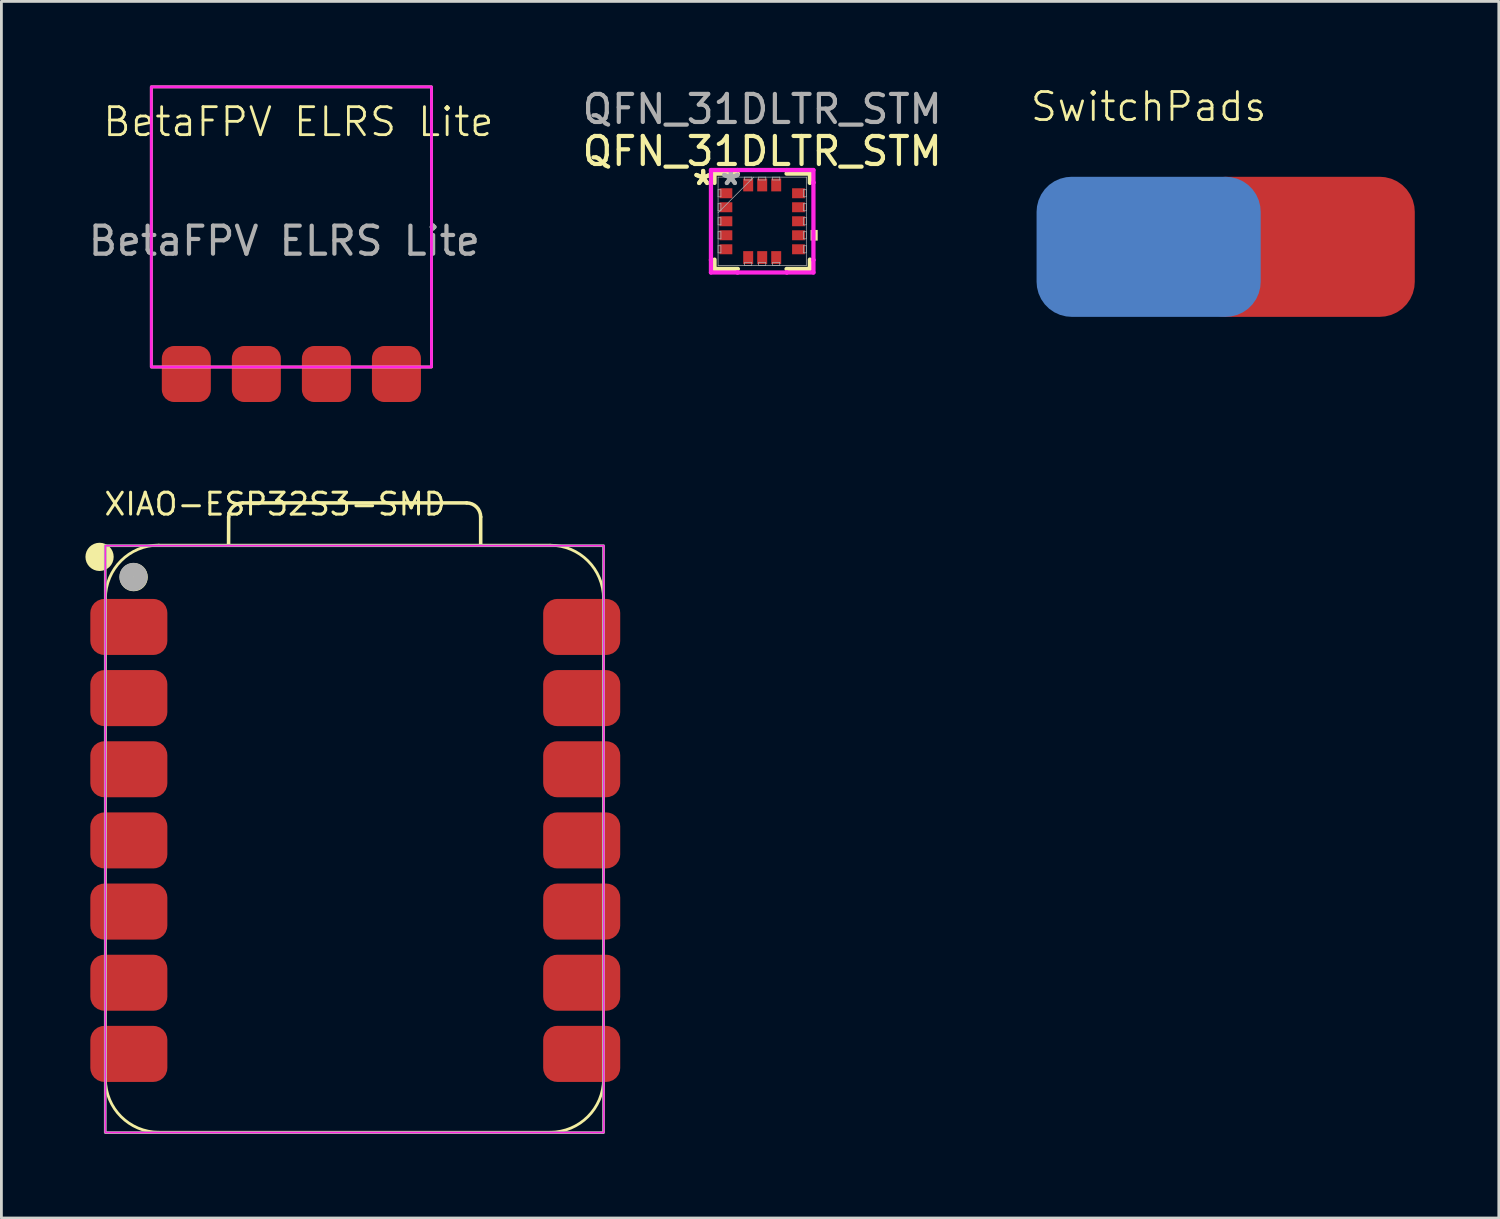
<source format=kicad_pcb>
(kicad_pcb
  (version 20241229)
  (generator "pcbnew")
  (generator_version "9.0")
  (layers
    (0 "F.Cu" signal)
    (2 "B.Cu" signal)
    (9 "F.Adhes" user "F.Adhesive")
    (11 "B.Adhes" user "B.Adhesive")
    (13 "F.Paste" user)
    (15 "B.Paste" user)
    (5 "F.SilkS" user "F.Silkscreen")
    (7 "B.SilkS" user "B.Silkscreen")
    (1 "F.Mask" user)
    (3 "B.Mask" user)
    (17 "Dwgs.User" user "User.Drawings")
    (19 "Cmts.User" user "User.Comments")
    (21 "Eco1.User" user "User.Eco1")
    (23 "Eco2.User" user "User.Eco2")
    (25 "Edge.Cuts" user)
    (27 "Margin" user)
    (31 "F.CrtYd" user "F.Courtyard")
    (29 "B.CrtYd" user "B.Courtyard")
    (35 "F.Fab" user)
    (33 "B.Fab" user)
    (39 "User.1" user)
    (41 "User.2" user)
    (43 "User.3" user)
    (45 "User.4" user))
  (footprint "XIAO-ESP32S3-SMD"
    (layer "F.Cu")
    (at 9.61 26.902)
    (property "Reference" "XIAO-ESP32S3-SMD" (at -9 -11.5 0) (layer "F.SilkS") (effects (font (size 0.782 0.782) (thickness 0.107)) (justify left bottom)))
    (fp_line (start -8.896 8.56) (end -8.896 -8.585) (stroke (width 0.1) (type solid)) (layer "F.SilkS"))
    (fp_line (start -6.991 10.465) (end 6.979 10.465) (stroke (width 0.1) (type solid)) (layer "F.SilkS"))
    (fp_line (start -4.501 -10.49) (end -4.498 -11.5) (stroke (width 0.127) (type solid)) (layer "F.SilkS"))
    (fp_line (start -3.998 -12) (end 3.998 -12) (stroke (width 0.127) (type solid)) (layer "F.SilkS"))
    (fp_line (start 4.498 -11.5) (end 4.498 -10.49) (stroke (width 0.127) (type solid)) (layer "F.SilkS"))
    (fp_line (start 6.979 -10.49) (end -6.991 -10.49) (stroke (width 0.1) (type solid)) (layer "F.SilkS"))
    (fp_line (start 8.884 8.56) (end 8.884 -8.585) (stroke (width 0.1) (type solid)) (layer "F.SilkS"))
    (fp_arc (start -8.896364 -8.589) (mid -8.338402 -9.936038) (end -6.991364 -10.494) (stroke (width 0.1) (type solid)) (layer "F.SilkS"))
    (fp_arc (start -6.991364 10.465) (mid -8.338402 9.907038) (end -8.896364 8.56) (stroke (width 0.1) (type solid)) (layer "F.SilkS"))
    (fp_arc (start -4.497636 -11.500272) (mid -4.351088 -11.853644) (end -3.997636 -12) (stroke (width 0.127) (type default)) (layer "F.SilkS"))
    (fp_arc (start 3.997636 -12) (mid 4.351189 -11.853553) (end 4.497636 -11.5) (stroke (width 0.127) (type default)) (layer "F.SilkS"))
    (fp_arc (start 6.978636 -10.49) (mid 8.325674 -9.932038) (end 8.883636 -8.585) (stroke (width 0.1) (type solid)) (layer "F.SilkS"))
    (fp_arc (start 8.883636 8.56) (mid 8.325674 9.907038) (end 6.978636 10.465) (stroke (width 0.1) (type solid)) (layer "F.SilkS"))
    (fp_circle (center -9.106 -10.074) (end -9.106 -10.328) (stroke (width 0.5) (type solid)) (fill yes) (layer "F.SilkS"))
    (fp_circle (center -7.889 -9.351) (end -7.889 -9.605) (stroke (width 0.5) (type solid)) (fill yes) (layer "F.SilkS"))
    (fp_rect (start -8.899 -10.475) (end 8.891 10.473) (stroke (width 0.05) (type default)) (fill no) (layer "F.CrtYd"))
    (fp_rect (start -8.901 -10.475) (end 8.883 10.476) (stroke (width 0.1) (type default)) (fill no) (layer "F.Fab"))
    (fp_circle (center -7.897 -9.358) (end -7.897 -9.612) (stroke (width 0.5) (type solid)) (fill no) (layer "F.Fab"))
    (pad "1" smd roundrect (at -8.061 -7.573) (size 2.75 2) (layers "F.Cu" "F.Mask" "F.Paste") (roundrect_rratio 0.25))
    (pad "2" smd roundrect (at -8.061 -5.033) (size 2.75 2) (layers "F.Cu" "F.Mask" "F.Paste") (roundrect_rratio 0.25))
    (pad "3" smd roundrect (at -8.061 -2.493) (size 2.75 2) (layers "F.Cu" "F.Mask" "F.Paste") (roundrect_rratio 0.25))
    (pad "4" smd roundrect (at -8.061 0.047) (size 2.75 2) (layers "F.Cu" "F.Mask" "F.Paste") (roundrect_rratio 0.25))
    (pad "5" smd roundrect (at -8.061 2.587) (size 2.75 2) (layers "F.Cu" "F.Mask" "F.Paste") (roundrect_rratio 0.25))
    (pad "6" smd roundrect (at -8.061 5.127) (size 2.75 2) (layers "F.Cu" "F.Mask" "F.Paste") (roundrect_rratio 0.25))
    (pad "7" smd roundrect (at -8.061 7.667) (size 2.75 2) (layers "F.Cu" "F.Mask" "F.Paste") (roundrect_rratio 0.25))
    (pad "8" smd roundrect (at 8.104 7.667) (size 2.75 2) (layers "F.Cu" "F.Mask" "F.Paste") (roundrect_rratio 0.25))
    (pad "9" smd roundrect (at 8.104 5.127) (size 2.75 2) (layers "F.Cu" "F.Mask" "F.Paste") (roundrect_rratio 0.25))
    (pad "10" smd roundrect (at 8.104 2.587) (size 2.75 2) (layers "F.Cu" "F.Mask" "F.Paste") (roundrect_rratio 0.25))
    (pad "11" smd roundrect (at 8.104 0.047) (size 2.75 2) (layers "F.Cu" "F.Mask" "F.Paste") (roundrect_rratio 0.25))
    (pad "12" smd roundrect (at 8.104 -2.493) (size 2.75 2) (layers "F.Cu" "F.Mask" "F.Paste") (roundrect_rratio 0.25))
    (pad "13" smd roundrect (at 8.104 -5.033) (size 2.75 2) (layers "F.Cu" "F.Mask" "F.Paste") (roundrect_rratio 0.25))
    (pad "14" smd roundrect (at 8.104 -7.573) (size 2.75 2) (layers "F.Cu" "F.Mask" "F.Paste") (roundrect_rratio 0.25)))
  (footprint "BetaFPV ELRS Lite"
    (layer "F.Cu")
    (at 6.101 4.3)
    (property "Reference" "BetaFPV ELRS Lite" (at 1.5 -3 0) (unlocked yes) (layer "F.SilkS") (effects (font (size 1 1) (thickness 0.1))))
    (attr smd)
    (fp_rect (start -3.75 -4.25) (end 6.25 5.75) (stroke (width 0.1) (type default)) (fill no) (layer "F.SilkS"))
    (fp_rect (start -3.75 -4.25) (end 6.25 5.75) (stroke (width 0.1) (type default)) (fill no) (layer "F.CrtYd"))
    (fp_text user "${REFERENCE}" (at 1 1.25 0) (unlocked yes) (layer "F.Fab") (effects (font (size 1 1) (thickness 0.15))))
    (pad "1" smd roundrect (at -2.5 6) (size 1.75 2) (layers "F.Cu" "F.Mask" "F.Paste") (roundrect_rratio 0.25))
    (pad "2" smd roundrect (at 0 6) (size 1.75 2) (layers "F.Cu" "F.Mask" "F.Paste") (roundrect_rratio 0.25))
    (pad "3" smd roundrect (at 2.5 6) (size 1.75 2) (layers "F.Cu" "F.Mask" "F.Paste") (roundrect_rratio 0.25))
    (pad "4" smd roundrect (at 5 6) (size 1.75 2) (layers "F.Cu" "F.Mask" "F.Paste") (roundrect_rratio 0.25))
    (zone (net_name "") (layers "F.Cu" "F.SilkS") (hatch edge 0.5) (connect_pads) (min_thickness 0.25) (filled_areas_thickness no) (keepout (tracks allowed) (vias allowed) (pads allowed) (copperpour allowed) (footprints not_allowed)) (placement (enabled no)) (fill) (polygon (pts (xy 12.351 0.05) (xy 2.351 0.05) (xy 2.351 10.05) (xy 12.351 10.05)))))
  (footprint "SwitchPads"
    (layer "F.Cu")
    (at 37.951 1.26)
    (property "Reference" "SwitchPads" (at 0 -0.5 0) (unlocked yes) (layer "F.SilkS") (effects (font (size 1 1) (thickness 0.1))))
    (attr smd)
    (pad "1" smd roundrect (at 5.5 4.5) (size 8 5) (layers "F.Cu" "F.Mask" "F.Paste") (roundrect_rratio 0.25))
    (pad "2" smd roundrect (at 0 4.5) (size 8 5) (layers "B.Cu" "B.Mask" "B.Paste") (roundrect_rratio 0.25)))
  (footprint "QFN_31DLTR_STM"
    (layer "F.Cu")
    (at 24.157 4.848)
    (property "Reference" "QFN_31DLTR_STM" (at 0 -2.5 0) (unlocked yes) (layer "F.SilkS") (effects (font (size 1 1) (thickness 0.15))))
    (attr smd)
    (fp_line (start -1.702 -1.702) (end -1.702 -1.369) (stroke (width 0.152) (type solid)) (layer "F.SilkS"))
    (fp_line (start -1.702 1.369) (end -1.702 1.702) (stroke (width 0.152) (type solid)) (layer "F.SilkS"))
    (fp_line (start -1.702 1.702) (end -0.869 1.702) (stroke (width 0.152) (type solid)) (layer "F.SilkS"))
    (fp_line (start -0.869 -1.702) (end -1.702 -1.702) (stroke (width 0.152) (type solid)) (layer "F.SilkS"))
    (fp_line (start 0.869 1.702) (end 1.702 1.702) (stroke (width 0.152) (type solid)) (layer "F.SilkS"))
    (fp_line (start 1.702 -1.702) (end 0.869 -1.702) (stroke (width 0.152) (type solid)) (layer "F.SilkS"))
    (fp_line (start 1.702 -1.369) (end 1.702 -1.702) (stroke (width 0.152) (type solid)) (layer "F.SilkS"))
    (fp_line (start 1.702 1.702) (end 1.702 1.369) (stroke (width 0.152) (type solid)) (layer "F.SilkS"))
    (fp_poly (pts (xy 1.981 0.31) (xy 1.981 0.691) (xy 1.727 0.691) (xy 1.727 0.31)) (stroke (width 0) (type solid)) (fill yes) (layer "F.SilkS"))
    (fp_line (start -1.829 -1.829) (end -0.881 -1.829) (stroke (width 0.152) (type solid)) (layer "F.CrtYd"))
    (fp_line (start -1.829 -1.381) (end -1.829 -1.829) (stroke (width 0.152) (type solid)) (layer "F.CrtYd"))
    (fp_line (start -1.829 -1.381) (end -1.829 -1.381) (stroke (width 0.152) (type solid)) (layer "F.CrtYd"))
    (fp_line (start -1.829 1.381) (end -1.829 -1.381) (stroke (width 0.152) (type solid)) (layer "F.CrtYd"))
    (fp_line (start -1.829 1.381) (end -1.829 1.381) (stroke (width 0.152) (type solid)) (layer "F.CrtYd"))
    (fp_line (start -1.829 1.829) (end -1.829 1.381) (stroke (width 0.152) (type solid)) (layer "F.CrtYd"))
    (fp_line (start -0.881 -1.829) (end -0.881 -1.829) (stroke (width 0.152) (type solid)) (layer "F.CrtYd"))
    (fp_line (start -0.881 -1.829) (end 0.881 -1.829) (stroke (width 0.152) (type solid)) (layer "F.CrtYd"))
    (fp_line (start -0.881 1.829) (end -1.829 1.829) (stroke (width 0.152) (type solid)) (layer "F.CrtYd"))
    (fp_line (start -0.881 1.829) (end -0.881 1.829) (stroke (width 0.152) (type solid)) (layer "F.CrtYd"))
    (fp_line (start 0.881 -1.829) (end 0.881 -1.829) (stroke (width 0.152) (type solid)) (layer "F.CrtYd"))
    (fp_line (start 0.881 -1.829) (end 1.829 -1.829) (stroke (width 0.152) (type solid)) (layer "F.CrtYd"))
    (fp_line (start 0.881 1.829) (end -0.881 1.829) (stroke (width 0.152) (type solid)) (layer "F.CrtYd"))
    (fp_line (start 0.881 1.829) (end 0.881 1.829) (stroke (width 0.152) (type solid)) (layer "F.CrtYd"))
    (fp_line (start 1.829 -1.829) (end 1.829 -1.381) (stroke (width 0.152) (type solid)) (layer "F.CrtYd"))
    (fp_line (start 1.829 -1.381) (end 1.829 -1.381) (stroke (width 0.152) (type solid)) (layer "F.CrtYd"))
    (fp_line (start 1.829 -1.381) (end 1.829 1.381) (stroke (width 0.152) (type solid)) (layer "F.CrtYd"))
    (fp_line (start 1.829 1.381) (end 1.829 1.381) (stroke (width 0.152) (type solid)) (layer "F.CrtYd"))
    (fp_line (start 1.829 1.381) (end 1.829 1.829) (stroke (width 0.152) (type solid)) (layer "F.CrtYd"))
    (fp_line (start 1.829 1.829) (end 0.881 1.829) (stroke (width 0.152) (type solid)) (layer "F.CrtYd"))
    (fp_line (start -1.575 -1.575) (end -1.575 -1.575) (stroke (width 0.025) (type solid)) (layer "F.Fab"))
    (fp_line (start -1.575 -1.575) (end -1.575 1.575) (stroke (width 0.025) (type solid)) (layer "F.Fab"))
    (fp_line (start -1.575 -1.127) (end -1.473 -1.127) (stroke (width 0.025) (type solid)) (layer "F.Fab"))
    (fp_line (start -1.575 -0.873) (end -1.575 -1.127) (stroke (width 0.025) (type solid)) (layer "F.Fab"))
    (fp_line (start -1.575 -0.627) (end -1.473 -0.627) (stroke (width 0.025) (type solid)) (layer "F.Fab"))
    (fp_line (start -1.575 -0.373) (end -1.575 -0.627) (stroke (width 0.025) (type solid)) (layer "F.Fab"))
    (fp_line (start -1.575 -0.305) (end -0.305 -1.575) (stroke (width 0.025) (type solid)) (layer "F.Fab"))
    (fp_line (start -1.575 -0.127) (end -1.473 -0.127) (stroke (width 0.025) (type solid)) (layer "F.Fab"))
    (fp_line (start -1.575 0.127) (end -1.575 -0.127) (stroke (width 0.025) (type solid)) (layer "F.Fab"))
    (fp_line (start -1.575 0.373) (end -1.473 0.373) (stroke (width 0.025) (type solid)) (layer "F.Fab"))
    (fp_line (start -1.575 0.627) (end -1.575 0.373) (stroke (width 0.025) (type solid)) (layer "F.Fab"))
    (fp_line (start -1.575 0.873) (end -1.473 0.873) (stroke (width 0.025) (type solid)) (layer "F.Fab"))
    (fp_line (start -1.575 1.127) (end -1.575 0.873) (stroke (width 0.025) (type solid)) (layer "F.Fab"))
    (fp_line (start -1.575 1.575) (end -1.575 1.575) (stroke (width 0.025) (type solid)) (layer "F.Fab"))
    (fp_line (start -1.575 1.575) (end 1.575 1.575) (stroke (width 0.025) (type solid)) (layer "F.Fab"))
    (fp_line (start -1.473 -1.127) (end -1.473 -0.873) (stroke (width 0.025) (type solid)) (layer "F.Fab"))
    (fp_line (start -1.473 -0.873) (end -1.575 -0.873) (stroke (width 0.025) (type solid)) (layer "F.Fab"))
    (fp_line (start -1.473 -0.627) (end -1.473 -0.373) (stroke (width 0.025) (type solid)) (layer "F.Fab"))
    (fp_line (start -1.473 -0.373) (end -1.575 -0.373) (stroke (width 0.025) (type solid)) (layer "F.Fab"))
    (fp_line (start -1.473 -0.127) (end -1.473 0.127) (stroke (width 0.025) (type solid)) (layer "F.Fab"))
    (fp_line (start -1.473 0.127) (end -1.575 0.127) (stroke (width 0.025) (type solid)) (layer "F.Fab"))
    (fp_line (start -1.473 0.373) (end -1.473 0.627) (stroke (width 0.025) (type solid)) (layer "F.Fab"))
    (fp_line (start -1.473 0.627) (end -1.575 0.627) (stroke (width 0.025) (type solid)) (layer "F.Fab"))
    (fp_line (start -1.473 0.873) (end -1.473 1.127) (stroke (width 0.025) (type solid)) (layer "F.Fab"))
    (fp_line (start -1.473 1.127) (end -1.575 1.127) (stroke (width 0.025) (type solid)) (layer "F.Fab"))
    (fp_line (start -0.627 -1.575) (end -0.373 -1.575) (stroke (width 0.025) (type solid)) (layer "F.Fab"))
    (fp_line (start -0.627 -1.473) (end -0.627 -1.575) (stroke (width 0.025) (type solid)) (layer "F.Fab"))
    (fp_line (start -0.627 1.473) (end -0.373 1.473) (stroke (width 0.025) (type solid)) (layer "F.Fab"))
    (fp_line (start -0.627 1.575) (end -0.627 1.473) (stroke (width 0.025) (type solid)) (layer "F.Fab"))
    (fp_line (start -0.373 -1.575) (end -0.373 -1.473) (stroke (width 0.025) (type solid)) (layer "F.Fab"))
    (fp_line (start -0.373 -1.473) (end -0.627 -1.473) (stroke (width 0.025) (type solid)) (layer "F.Fab"))
    (fp_line (start -0.373 1.473) (end -0.373 1.575) (stroke (width 0.025) (type solid)) (layer "F.Fab"))
    (fp_line (start -0.373 1.575) (end -0.627 1.575) (stroke (width 0.025) (type solid)) (layer "F.Fab"))
    (fp_line (start -0.127 -1.575) (end 0.127 -1.575) (stroke (width 0.025) (type solid)) (layer "F.Fab"))
    (fp_line (start -0.127 -1.473) (end -0.127 -1.575) (stroke (width 0.025) (type solid)) (layer "F.Fab"))
    (fp_line (start -0.127 1.473) (end 0.127 1.473) (stroke (width 0.025) (type solid)) (layer "F.Fab"))
    (fp_line (start -0.127 1.575) (end -0.127 1.473) (stroke (width 0.025) (type solid)) (layer "F.Fab"))
    (fp_line (start 0.127 -1.575) (end 0.127 -1.473) (stroke (width 0.025) (type solid)) (layer "F.Fab"))
    (fp_line (start 0.127 -1.473) (end -0.127 -1.473) (stroke (width 0.025) (type solid)) (layer "F.Fab"))
    (fp_line (start 0.127 1.473) (end 0.127 1.575) (stroke (width 0.025) (type solid)) (layer "F.Fab"))
    (fp_line (start 0.127 1.575) (end -0.127 1.575) (stroke (width 0.025) (type solid)) (layer "F.Fab"))
    (fp_line (start 0.373 -1.575) (end 0.627 -1.575) (stroke (width 0.025) (type solid)) (layer "F.Fab"))
    (fp_line (start 0.373 -1.473) (end 0.373 -1.575) (stroke (width 0.025) (type solid)) (layer "F.Fab"))
    (fp_line (start 0.373 1.473) (end 0.627 1.473) (stroke (width 0.025) (type solid)) (layer "F.Fab"))
    (fp_line (start 0.373 1.575) (end 0.373 1.473) (stroke (width 0.025) (type solid)) (layer "F.Fab"))
    (fp_line (start 0.627 -1.575) (end 0.627 -1.473) (stroke (width 0.025) (type solid)) (layer "F.Fab"))
    (fp_line (start 0.627 -1.473) (end 0.373 -1.473) (stroke (width 0.025) (type solid)) (layer "F.Fab"))
    (fp_line (start 0.627 1.473) (end 0.627 1.575) (stroke (width 0.025) (type solid)) (layer "F.Fab"))
    (fp_line (start 0.627 1.575) (end 0.373 1.575) (stroke (width 0.025) (type solid)) (layer "F.Fab"))
    (fp_line (start 1.473 -1.127) (end 1.575 -1.127) (stroke (width 0.025) (type solid)) (layer "F.Fab"))
    (fp_line (start 1.473 -0.873) (end 1.473 -1.127) (stroke (width 0.025) (type solid)) (layer "F.Fab"))
    (fp_line (start 1.473 -0.627) (end 1.575 -0.627) (stroke (width 0.025) (type solid)) (layer "F.Fab"))
    (fp_line (start 1.473 -0.373) (end 1.473 -0.627) (stroke (width 0.025) (type solid)) (layer "F.Fab"))
    (fp_line (start 1.473 -0.127) (end 1.575 -0.127) (stroke (width 0.025) (type solid)) (layer "F.Fab"))
    (fp_line (start 1.473 0.127) (end 1.473 -0.127) (stroke (width 0.025) (type solid)) (layer "F.Fab"))
    (fp_line (start 1.473 0.373) (end 1.575 0.373) (stroke (width 0.025) (type solid)) (layer "F.Fab"))
    (fp_line (start 1.473 0.627) (end 1.473 0.373) (stroke (width 0.025) (type solid)) (layer "F.Fab"))
    (fp_line (start 1.473 0.873) (end 1.575 0.873) (stroke (width 0.025) (type solid)) (layer "F.Fab"))
    (fp_line (start 1.473 1.127) (end 1.473 0.873) (stroke (width 0.025) (type solid)) (layer "F.Fab"))
    (fp_line (start 1.575 -1.575) (end -1.575 -1.575) (stroke (width 0.025) (type solid)) (layer "F.Fab"))
    (fp_line (start 1.575 -1.575) (end 1.575 -1.575) (stroke (width 0.025) (type solid)) (layer "F.Fab"))
    (fp_line (start 1.575 -1.127) (end 1.575 -0.873) (stroke (width 0.025) (type solid)) (layer "F.Fab"))
    (fp_line (start 1.575 -0.873) (end 1.473 -0.873) (stroke (width 0.025) (type solid)) (layer "F.Fab"))
    (fp_line (start 1.575 -0.627) (end 1.575 -0.373) (stroke (width 0.025) (type solid)) (layer "F.Fab"))
    (fp_line (start 1.575 -0.373) (end 1.473 -0.373) (stroke (width 0.025) (type solid)) (layer "F.Fab"))
    (fp_line (start 1.575 -0.127) (end 1.575 0.127) (stroke (width 0.025) (type solid)) (layer "F.Fab"))
    (fp_line (start 1.575 0.127) (end 1.473 0.127) (stroke (width 0.025) (type solid)) (layer "F.Fab"))
    (fp_line (start 1.575 0.373) (end 1.575 0.627) (stroke (width 0.025) (type solid)) (layer "F.Fab"))
    (fp_line (start 1.575 0.627) (end 1.473 0.627) (stroke (width 0.025) (type solid)) (layer "F.Fab"))
    (fp_line (start 1.575 0.873) (end 1.575 1.127) (stroke (width 0.025) (type solid)) (layer "F.Fab"))
    (fp_line (start 1.575 1.127) (end 1.473 1.127) (stroke (width 0.025) (type solid)) (layer "F.Fab"))
    (fp_line (start 1.575 1.575) (end 1.575 -1.575) (stroke (width 0.025) (type solid)) (layer "F.Fab"))
    (fp_line (start 1.575 1.575) (end 1.575 1.575) (stroke (width 0.025) (type solid)) (layer "F.Fab"))
    (fp_text user "*" (at -2.108 -1.25 0) (layer "F.SilkS") (effects (font (size 1 1) (thickness 0.15))))
    (fp_text user "*" (at -2.108 -1.25 0) (unlocked yes) (layer "F.SilkS") (effects (font (size 1 1) (thickness 0.15))))
    (fp_text user "*" (at -1.118 -1.25 0) (layer "F.Fab") (effects (font (size 1 1) (thickness 0.15))))
    (fp_text user "*" (at -1.118 -1.25 0) (unlocked yes) (layer "F.Fab") (effects (font (size 1 1) (thickness 0.15))))
    (fp_text user "${REFERENCE}" (at 0 -4 0) (unlocked yes) (layer "F.Fab") (effects (font (size 1 1) (thickness 0.15))))
    (pad "1" smd rect (at -1.295 -1 90) (size 0.356 0.457) (layers "F.Cu" "F.Mask" "F.Paste"))
    (pad "2" smd rect (at -1.295 -0.5 90) (size 0.356 0.457) (layers "F.Cu" "F.Mask" "F.Paste"))
    (pad "3" smd rect (at -1.295 0 90) (size 0.356 0.457) (layers "F.Cu" "F.Mask" "F.Paste"))
    (pad "4" smd rect (at -1.295 0.5 90) (size 0.356 0.457) (layers "F.Cu" "F.Mask" "F.Paste"))
    (pad "5" smd rect (at -1.295 1 90) (size 0.356 0.457) (layers "F.Cu" "F.Mask" "F.Paste"))
    (pad "6" smd rect (at -0.5 1.295) (size 0.356 0.457) (layers "F.Cu" "F.Mask" "F.Paste"))
    (pad "7" smd rect (at 0 1.295) (size 0.356 0.457) (layers "F.Cu" "F.Mask" "F.Paste"))
    (pad "8" smd rect (at 0.5 1.295) (size 0.356 0.457) (layers "F.Cu" "F.Mask" "F.Paste"))
    (pad "9" smd rect (at 1.295 1 90) (size 0.356 0.457) (layers "F.Cu" "F.Mask" "F.Paste"))
    (pad "10" smd rect (at 1.295 0.5 90) (size 0.356 0.457) (layers "F.Cu" "F.Mask" "F.Paste"))
    (pad "11" smd rect (at 1.295 0 90) (size 0.356 0.457) (layers "F.Cu" "F.Mask" "F.Paste"))
    (pad "12" smd rect (at 1.295 -0.5 90) (size 0.356 0.457) (layers "F.Cu" "F.Mask" "F.Paste"))
    (pad "13" smd rect (at 1.295 -1 90) (size 0.356 0.457) (layers "F.Cu" "F.Mask" "F.Paste"))
    (pad "14" smd rect (at 0.5 -1.295) (size 0.356 0.457) (layers "F.Cu" "F.Mask" "F.Paste"))
    (pad "15" smd rect (at 0 -1.295) (size 0.356 0.457) (layers "F.Cu" "F.Mask" "F.Paste"))
    (pad "16" smd rect (at -0.5 -1.295) (size 0.356 0.457) (layers "F.Cu" "F.Mask" "F.Paste")))
  (gr_rect
    (start -3 -3)
    (end 50.451 40.428)
    (stroke (width 0.1) (type default))
    (fill no)
    (layer "Edge.Cuts")))
</source>
